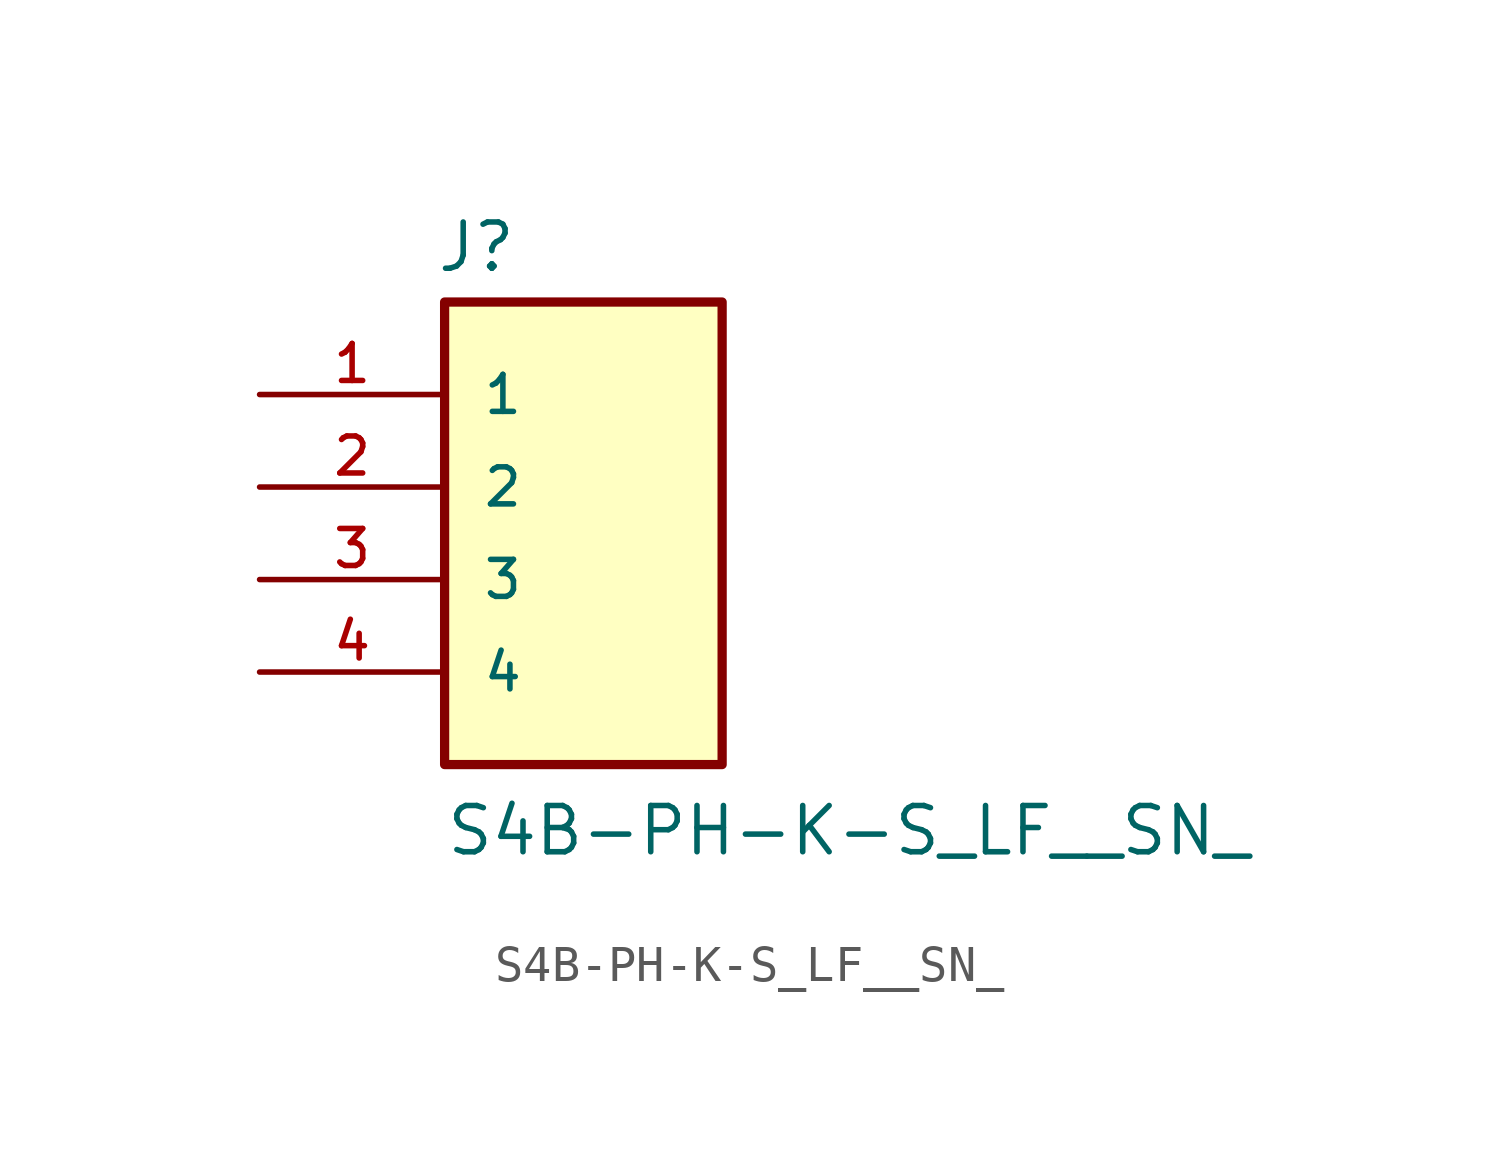
<source format=kicad_sym>
(kicad_symbol_lib
  (version 20211014)
  (generator kicad_symbol_editor)
  (symbol "S4B-PH-K-S_LF__SN_"
    (pin_names
      (offset 1.016))
    (property "Reference" "J"
      (at -2.795 5.844 0)
      (effects (font (size 1.27 1.27)) (justify bottom left)))
    (property "Value" "S4B-PH-K-S_LF__SN_"
      (at -2.544 -10.177 0)
      (effects (font (size 1.27 1.27)) (justify bottom left)))
    (symbol "S4B-PH-K-S_LF__SN__0_0"
      (rectangle (start -2.54 -7.62) (end 5.08 5.08) (stroke (width 0.254)) (fill (type background)))
      (pin passive line (at -7.62 2.54 0) (length 5.08) (name "1" (effects (font (size 1.016 1.016)))) (number "1" (effects (font (size 1.016 1.016)))))
      (pin passive line (at -7.62 0.0 0) (length 5.08) (name "2" (effects (font (size 1.016 1.016)))) (number "2" (effects (font (size 1.016 1.016)))))
      (pin passive line (at -7.62 -2.54 0) (length 5.08) (name "3" (effects (font (size 1.016 1.016)))) (number "3" (effects (font (size 1.016 1.016)))))
      (pin passive line (at -7.62 -5.08 0) (length 5.08) (name "4" (effects (font (size 1.016 1.016)))) (number "4" (effects (font (size 1.016 1.016))))))))
</source>
